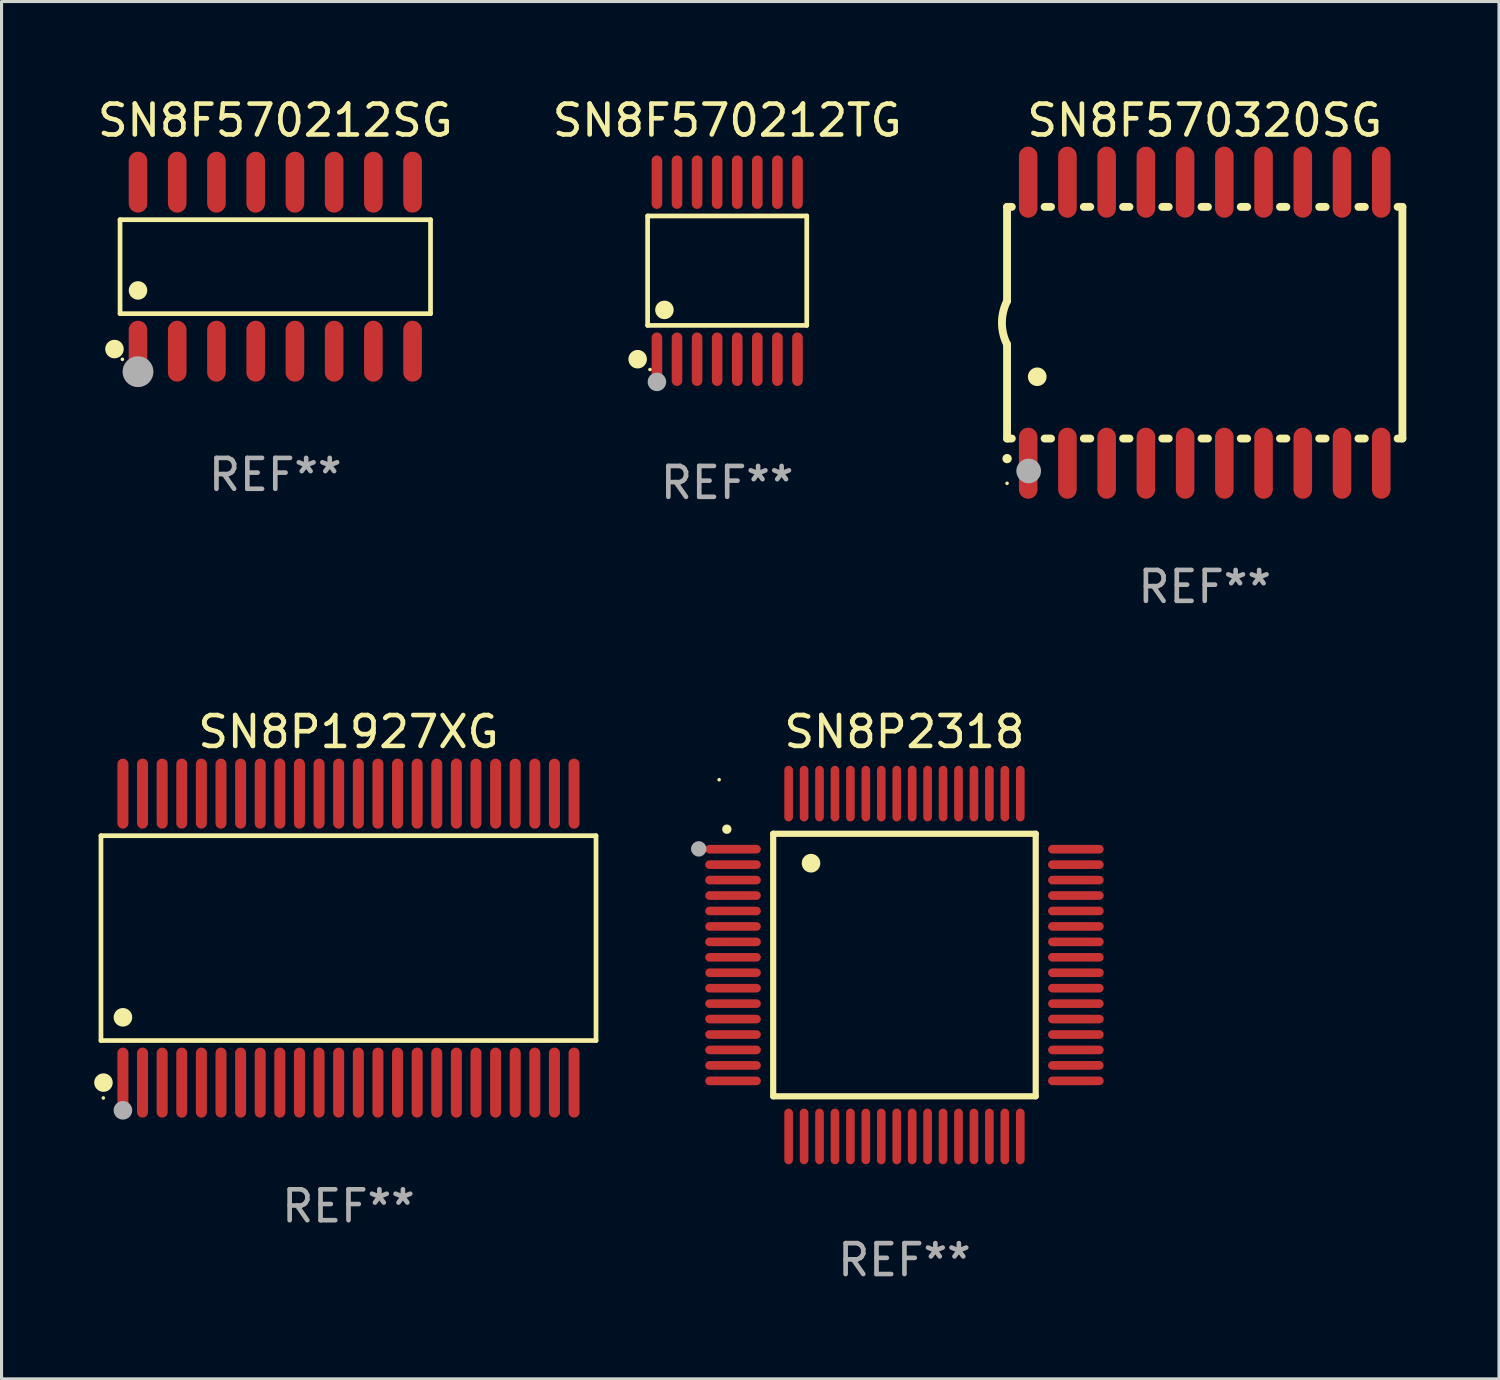
<source format=kicad_pcb>
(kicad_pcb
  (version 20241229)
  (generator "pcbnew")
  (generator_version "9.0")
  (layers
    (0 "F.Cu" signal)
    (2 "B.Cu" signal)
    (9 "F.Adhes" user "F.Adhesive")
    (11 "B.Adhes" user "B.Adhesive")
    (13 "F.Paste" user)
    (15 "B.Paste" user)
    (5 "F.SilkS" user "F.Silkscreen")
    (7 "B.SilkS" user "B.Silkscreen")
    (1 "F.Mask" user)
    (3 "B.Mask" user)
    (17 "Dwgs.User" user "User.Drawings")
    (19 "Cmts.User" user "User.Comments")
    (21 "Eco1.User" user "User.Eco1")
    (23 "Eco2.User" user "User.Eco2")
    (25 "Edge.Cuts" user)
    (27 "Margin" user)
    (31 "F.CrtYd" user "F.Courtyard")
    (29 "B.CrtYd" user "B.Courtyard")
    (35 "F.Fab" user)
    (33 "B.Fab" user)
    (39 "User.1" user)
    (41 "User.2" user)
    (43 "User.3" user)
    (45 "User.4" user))
  (footprint "SN8F570212TG"
    (layer "F.Cu")
    (at 20.494 5.714)
    (property "Reference" "SN8F570212TG" (at 0 -4.866 0) (layer "F.SilkS") (effects (font (size 1 1) (thickness 0.15))))
    (attr through_hole)
    (fp_line (start -2.576 -1.772) (end 2.576 -1.772) (stroke (width 0.152) (type solid)) (layer "F.SilkS"))
    (fp_line (start -2.576 1.771) (end -2.576 -1.772) (stroke (width 0.152) (type solid)) (layer "F.SilkS"))
    (fp_line (start 2.576 -1.772) (end 2.576 1.771) (stroke (width 0.152) (type solid)) (layer "F.SilkS"))
    (fp_line (start 2.576 1.771) (end -2.576 1.771) (stroke (width 0.152) (type solid)) (layer "F.SilkS"))
    (fp_circle (center -2.899 2.866) (end -2.749 2.866) (stroke (width 0.3) (type solid)) (fill no) (layer "F.SilkS"))
    (fp_circle (center -2.5 3.2) (end -2.47 3.2) (stroke (width 0.06) (type solid)) (fill no) (layer "F.SilkS"))
    (fp_circle (center -2.032 1.27) (end -1.882 1.27) (stroke (width 0.3) (type solid)) (fill no) (layer "F.SilkS"))
    (fp_circle (center -2.275 3.6) (end -2.125 3.6) (stroke (width 0.3) (type solid)) (fill no) (layer "F.Fab"))
    (fp_text user "REF**" (at 0 6.866 0) (layer "F.Fab") (effects (font (size 1 1) (thickness 0.15))))
    (pad "1" smd oval (at -2.275 2.866) (size 0.343 1.731) (layers "F.Cu" "F.Mask" "F.Paste"))
    (pad "2" smd oval (at -1.625 2.866) (size 0.343 1.731) (layers "F.Cu" "F.Mask" "F.Paste"))
    (pad "3" smd oval (at -0.975 2.866) (size 0.343 1.731) (layers "F.Cu" "F.Mask" "F.Paste"))
    (pad "4" smd oval (at -0.325 2.866) (size 0.343 1.731) (layers "F.Cu" "F.Mask" "F.Paste"))
    (pad "5" smd oval (at 0.325 2.866) (size 0.343 1.731) (layers "F.Cu" "F.Mask" "F.Paste"))
    (pad "6" smd oval (at 0.975 2.866) (size 0.343 1.731) (layers "F.Cu" "F.Mask" "F.Paste"))
    (pad "7" smd oval (at 1.625 2.866) (size 0.343 1.731) (layers "F.Cu" "F.Mask" "F.Paste"))
    (pad "8" smd oval (at 2.275 2.866) (size 0.343 1.731) (layers "F.Cu" "F.Mask" "F.Paste"))
    (pad "9" smd oval (at 2.275 -2.866) (size 0.343 1.731) (layers "F.Cu" "F.Mask" "F.Paste"))
    (pad "10" smd oval (at 1.625 -2.866) (size 0.343 1.731) (layers "F.Cu" "F.Mask" "F.Paste"))
    (pad "11" smd oval (at 0.975 -2.866) (size 0.343 1.731) (layers "F.Cu" "F.Mask" "F.Paste"))
    (pad "12" smd oval (at 0.325 -2.866) (size 0.343 1.731) (layers "F.Cu" "F.Mask" "F.Paste"))
    (pad "13" smd oval (at -0.325 -2.866) (size 0.343 1.731) (layers "F.Cu" "F.Mask" "F.Paste"))
    (pad "14" smd oval (at -0.975 -2.866) (size 0.343 1.731) (layers "F.Cu" "F.Mask" "F.Paste"))
    (pad "15" smd oval (at -1.625 -2.866) (size 0.343 1.731) (layers "F.Cu" "F.Mask" "F.Paste"))
    (pad "16" smd oval (at -2.275 -2.866) (size 0.343 1.731) (layers "F.Cu" "F.Mask" "F.Paste")))
  (footprint "SN8F570212SG"
    (layer "F.Cu")
    (at 5.863 5.584)
    (property "Reference" "SN8F570212SG" (at 0 -4.736 0) (layer "F.SilkS") (effects (font (size 1 1) (thickness 0.15))))
    (attr through_hole)
    (fp_line (start -5.026 -1.521) (end 5.026 -1.521) (stroke (width 0.152) (type solid)) (layer "F.SilkS"))
    (fp_line (start -5.026 1.521) (end -5.026 -1.521) (stroke (width 0.152) (type solid)) (layer "F.SilkS"))
    (fp_line (start 5.026 -1.521) (end 5.026 1.521) (stroke (width 0.152) (type solid)) (layer "F.SilkS"))
    (fp_line (start 5.026 1.521) (end -5.026 1.521) (stroke (width 0.152) (type solid)) (layer "F.SilkS"))
    (fp_circle (center -5.207 2.667) (end -5.057 2.667) (stroke (width 0.3) (type solid)) (fill no) (layer "F.SilkS"))
    (fp_circle (center -4.95 3) (end -4.92 3) (stroke (width 0.06) (type solid)) (fill no) (layer "F.SilkS"))
    (fp_circle (center -4.445 0.769) (end -4.295 0.769) (stroke (width 0.3) (type solid)) (fill no) (layer "F.SilkS"))
    (fp_circle (center -4.445 3.4) (end -4.195 3.4) (stroke (width 0.5) (type solid)) (fill no) (layer "F.Fab"))
    (fp_text user "REF**" (at 0 6.736 0) (layer "F.Fab") (effects (font (size 1 1) (thickness 0.15))))
    (pad "1" smd oval (at -4.445 2.736) (size 0.602 1.971) (layers "F.Cu" "F.Mask" "F.Paste"))
    (pad "2" smd oval (at -3.175 2.736) (size 0.602 1.971) (layers "F.Cu" "F.Mask" "F.Paste"))
    (pad "3" smd oval (at -1.905 2.736) (size 0.602 1.971) (layers "F.Cu" "F.Mask" "F.Paste"))
    (pad "4" smd oval (at -0.635 2.736) (size 0.602 1.971) (layers "F.Cu" "F.Mask" "F.Paste"))
    (pad "5" smd oval (at 0.635 2.736) (size 0.602 1.971) (layers "F.Cu" "F.Mask" "F.Paste"))
    (pad "6" smd oval (at 1.905 2.736) (size 0.602 1.971) (layers "F.Cu" "F.Mask" "F.Paste"))
    (pad "7" smd oval (at 3.175 2.736) (size 0.602 1.971) (layers "F.Cu" "F.Mask" "F.Paste"))
    (pad "8" smd oval (at 4.445 2.736) (size 0.602 1.971) (layers "F.Cu" "F.Mask" "F.Paste"))
    (pad "9" smd oval (at 4.445 -2.736) (size 0.602 1.971) (layers "F.Cu" "F.Mask" "F.Paste"))
    (pad "10" smd oval (at 3.175 -2.736) (size 0.602 1.971) (layers "F.Cu" "F.Mask" "F.Paste"))
    (pad "11" smd oval (at 1.905 -2.736) (size 0.602 1.971) (layers "F.Cu" "F.Mask" "F.Paste"))
    (pad "12" smd oval (at 0.635 -2.736) (size 0.602 1.971) (layers "F.Cu" "F.Mask" "F.Paste"))
    (pad "13" smd oval (at -0.635 -2.736) (size 0.602 1.971) (layers "F.Cu" "F.Mask" "F.Paste"))
    (pad "14" smd oval (at -1.905 -2.736) (size 0.602 1.971) (layers "F.Cu" "F.Mask" "F.Paste"))
    (pad "15" smd oval (at -3.175 -2.736) (size 0.602 1.971) (layers "F.Cu" "F.Mask" "F.Paste"))
    (pad "16" smd oval (at -4.445 -2.736) (size 0.602 1.971) (layers "F.Cu" "F.Mask" "F.Paste")))
  (footprint "SN8P2318"
    (layer "F.Cu")
    (at 26.233 28.194)
    (property "Reference" "SN8P2318" (at 0 -7.55 0) (layer "F.SilkS") (effects (font (size 1 1) (thickness 0.15))))
    (attr through_hole)
    (fp_line (start -4.25 -4.25) (end -4.25 4.25) (stroke (width 0.2) (type solid)) (layer "F.SilkS"))
    (fp_line (start -4.25 4.25) (end 4.25 4.25) (stroke (width 0.2) (type solid)) (layer "F.SilkS"))
    (fp_line (start 4.25 -4.25) (end -4.25 -4.25) (stroke (width 0.2) (type solid)) (layer "F.SilkS"))
    (fp_line (start 4.25 4.25) (end 4.25 -4.25) (stroke (width 0.2) (type solid)) (layer "F.SilkS"))
    (fp_arc (start -5.750572 -4.396749) (mid -5.750577 -4.398019) (end -5.750572 -4.399289) (stroke (width 0.3) (type solid)) (layer "F.SilkS"))
    (fp_arc (start -3.025146 -3.294387) (mid -3.025157 -3.296927) (end -3.025146 -3.299467) (stroke (width 0.6) (type solid)) (layer "F.SilkS"))
    (fp_circle (center -6 -6) (end -5.97 -6) (stroke (width 0.06) (type solid)) (fill no) (layer "F.SilkS"))
    (fp_circle (center -6.66 -3.76) (end -6.535 -3.76) (stroke (width 0.25) (type solid)) (fill no) (layer "F.Fab"))
    (fp_text user "REF**" (at 0 9.55 0) (layer "F.Fab") (effects (font (size 1 1) (thickness 0.15))))
    (pad "1" smd oval (at -5.55 -3.75) (size 1.8 0.28) (layers "F.Cu" "F.Mask" "F.Paste"))
    (pad "2" smd oval (at -5.55 -3.25) (size 1.8 0.28) (layers "F.Cu" "F.Mask" "F.Paste"))
    (pad "3" smd oval (at -5.55 -2.75) (size 1.8 0.28) (layers "F.Cu" "F.Mask" "F.Paste"))
    (pad "4" smd oval (at -5.55 -2.25) (size 1.8 0.28) (layers "F.Cu" "F.Mask" "F.Paste"))
    (pad "5" smd oval (at -5.55 -1.75) (size 1.8 0.28) (layers "F.Cu" "F.Mask" "F.Paste"))
    (pad "6" smd oval (at -5.55 -1.25) (size 1.8 0.28) (layers "F.Cu" "F.Mask" "F.Paste"))
    (pad "7" smd oval (at -5.55 -0.75) (size 1.8 0.28) (layers "F.Cu" "F.Mask" "F.Paste"))
    (pad "8" smd oval (at -5.55 -0.25) (size 1.8 0.28) (layers "F.Cu" "F.Mask" "F.Paste"))
    (pad "9" smd oval (at -5.55 0.25) (size 1.8 0.28) (layers "F.Cu" "F.Mask" "F.Paste"))
    (pad "10" smd oval (at -5.55 0.75) (size 1.8 0.28) (layers "F.Cu" "F.Mask" "F.Paste"))
    (pad "11" smd oval (at -5.55 1.25) (size 1.8 0.28) (layers "F.Cu" "F.Mask" "F.Paste"))
    (pad "12" smd oval (at -5.55 1.75) (size 1.8 0.28) (layers "F.Cu" "F.Mask" "F.Paste"))
    (pad "13" smd oval (at -5.55 2.25) (size 1.8 0.28) (layers "F.Cu" "F.Mask" "F.Paste"))
    (pad "14" smd oval (at -5.55 2.75) (size 1.8 0.28) (layers "F.Cu" "F.Mask" "F.Paste"))
    (pad "15" smd oval (at -5.55 3.25) (size 1.8 0.28) (layers "F.Cu" "F.Mask" "F.Paste"))
    (pad "16" smd oval (at -5.55 3.75) (size 1.8 0.28) (layers "F.Cu" "F.Mask" "F.Paste"))
    (pad "17" smd oval (at -3.75 5.55) (size 0.28 1.8) (layers "F.Cu" "F.Mask" "F.Paste"))
    (pad "18" smd oval (at -3.25 5.55) (size 0.28 1.8) (layers "F.Cu" "F.Mask" "F.Paste"))
    (pad "19" smd oval (at -2.75 5.55) (size 0.28 1.8) (layers "F.Cu" "F.Mask" "F.Paste"))
    (pad "20" smd oval (at -2.25 5.55) (size 0.28 1.8) (layers "F.Cu" "F.Mask" "F.Paste"))
    (pad "21" smd oval (at -1.75 5.55) (size 0.28 1.8) (layers "F.Cu" "F.Mask" "F.Paste"))
    (pad "22" smd oval (at -1.25 5.55) (size 0.28 1.8) (layers "F.Cu" "F.Mask" "F.Paste"))
    (pad "23" smd oval (at -0.75 5.55) (size 0.28 1.8) (layers "F.Cu" "F.Mask" "F.Paste"))
    (pad "24" smd oval (at -0.25 5.55) (size 0.28 1.8) (layers "F.Cu" "F.Mask" "F.Paste"))
    (pad "25" smd oval (at 0.25 5.55) (size 0.28 1.8) (layers "F.Cu" "F.Mask" "F.Paste"))
    (pad "26" smd oval (at 0.75 5.55) (size 0.28 1.8) (layers "F.Cu" "F.Mask" "F.Paste"))
    (pad "27" smd oval (at 1.25 5.55) (size 0.28 1.8) (layers "F.Cu" "F.Mask" "F.Paste"))
    (pad "28" smd oval (at 1.75 5.55) (size 0.28 1.8) (layers "F.Cu" "F.Mask" "F.Paste"))
    (pad "29" smd oval (at 2.25 5.55) (size 0.28 1.8) (layers "F.Cu" "F.Mask" "F.Paste"))
    (pad "30" smd oval (at 2.75 5.55) (size 0.28 1.8) (layers "F.Cu" "F.Mask" "F.Paste"))
    (pad "31" smd oval (at 3.25 5.55) (size 0.28 1.8) (layers "F.Cu" "F.Mask" "F.Paste"))
    (pad "32" smd oval (at 3.75 5.55) (size 0.28 1.8) (layers "F.Cu" "F.Mask" "F.Paste"))
    (pad "33" smd oval (at 5.55 3.75) (size 1.8 0.28) (layers "F.Cu" "F.Mask" "F.Paste"))
    (pad "34" smd oval (at 5.55 3.25) (size 1.8 0.28) (layers "F.Cu" "F.Mask" "F.Paste"))
    (pad "35" smd oval (at 5.55 2.75) (size 1.8 0.28) (layers "F.Cu" "F.Mask" "F.Paste"))
    (pad "36" smd oval (at 5.55 2.25) (size 1.8 0.28) (layers "F.Cu" "F.Mask" "F.Paste"))
    (pad "37" smd oval (at 5.55 1.75) (size 1.8 0.28) (layers "F.Cu" "F.Mask" "F.Paste"))
    (pad "38" smd oval (at 5.55 1.25) (size 1.8 0.28) (layers "F.Cu" "F.Mask" "F.Paste"))
    (pad "39" smd oval (at 5.55 0.75) (size 1.8 0.28) (layers "F.Cu" "F.Mask" "F.Paste"))
    (pad "40" smd oval (at 5.55 0.25) (size 1.8 0.28) (layers "F.Cu" "F.Mask" "F.Paste"))
    (pad "41" smd oval (at 5.55 -0.25) (size 1.8 0.28) (layers "F.Cu" "F.Mask" "F.Paste"))
    (pad "42" smd oval (at 5.55 -0.75) (size 1.8 0.28) (layers "F.Cu" "F.Mask" "F.Paste"))
    (pad "43" smd oval (at 5.55 -1.25) (size 1.8 0.28) (layers "F.Cu" "F.Mask" "F.Paste"))
    (pad "44" smd oval (at 5.55 -1.75) (size 1.8 0.28) (layers "F.Cu" "F.Mask" "F.Paste"))
    (pad "45" smd oval (at 5.55 -2.25) (size 1.8 0.28) (layers "F.Cu" "F.Mask" "F.Paste"))
    (pad "46" smd oval (at 5.55 -2.75) (size 1.8 0.28) (layers "F.Cu" "F.Mask" "F.Paste"))
    (pad "47" smd oval (at 5.55 -3.25) (size 1.8 0.28) (layers "F.Cu" "F.Mask" "F.Paste"))
    (pad "48" smd oval (at 5.55 -3.75) (size 1.8 0.28) (layers "F.Cu" "F.Mask" "F.Paste"))
    (pad "49" smd oval (at 3.75 -5.55) (size 0.28 1.8) (layers "F.Cu" "F.Mask" "F.Paste"))
    (pad "50" smd oval (at 3.25 -5.55) (size 0.28 1.8) (layers "F.Cu" "F.Mask" "F.Paste"))
    (pad "51" smd oval (at 2.75 -5.55) (size 0.28 1.8) (layers "F.Cu" "F.Mask" "F.Paste"))
    (pad "52" smd oval (at 2.25 -5.55) (size 0.28 1.8) (layers "F.Cu" "F.Mask" "F.Paste"))
    (pad "53" smd oval (at 1.75 -5.55) (size 0.28 1.8) (layers "F.Cu" "F.Mask" "F.Paste"))
    (pad "54" smd oval (at 1.25 -5.55) (size 0.28 1.8) (layers "F.Cu" "F.Mask" "F.Paste"))
    (pad "55" smd oval (at 0.75 -5.55) (size 0.28 1.8) (layers "F.Cu" "F.Mask" "F.Paste"))
    (pad "56" smd oval (at 0.25 -5.55) (size 0.28 1.8) (layers "F.Cu" "F.Mask" "F.Paste"))
    (pad "57" smd oval (at -0.25 -5.55) (size 0.28 1.8) (layers "F.Cu" "F.Mask" "F.Paste"))
    (pad "58" smd oval (at -0.75 -5.55) (size 0.28 1.8) (layers "F.Cu" "F.Mask" "F.Paste"))
    (pad "59" smd oval (at -1.25 -5.55) (size 0.28 1.8) (layers "F.Cu" "F.Mask" "F.Paste"))
    (pad "60" smd oval (at -1.75 -5.55) (size 0.28 1.8) (layers "F.Cu" "F.Mask" "F.Paste"))
    (pad "61" smd oval (at -2.25 -5.55) (size 0.28 1.8) (layers "F.Cu" "F.Mask" "F.Paste"))
    (pad "62" smd oval (at -2.75 -5.55) (size 0.28 1.8) (layers "F.Cu" "F.Mask" "F.Paste"))
    (pad "63" smd oval (at -3.25 -5.55) (size 0.28 1.8) (layers "F.Cu" "F.Mask" "F.Paste"))
    (pad "64" smd oval (at -3.75 -5.55) (size 0.28 1.8) (layers "F.Cu" "F.Mask" "F.Paste")))
  (footprint "SN8F570320SG"
    (layer "F.Cu")
    (at 35.955 7.398)
    (property "Reference" "SN8F570320SG" (at 0 -6.55 0) (layer "F.SilkS") (effects (font (size 1 1) (thickness 0.15))))
    (attr through_hole)
    (fp_line (start -6.4 -3.75) (end -6.4 -0.7) (stroke (width 0.254) (type solid)) (layer "F.SilkS"))
    (fp_line (start -6.4 -3.75) (end -6.246 -3.75) (stroke (width 0.254) (type solid)) (layer "F.SilkS"))
    (fp_line (start -6.4 3.75) (end -6.4 0.7) (stroke (width 0.254) (type solid)) (layer "F.SilkS"))
    (fp_line (start -6.246 3.75) (end -6.4 3.75) (stroke (width 0.254) (type solid)) (layer "F.SilkS"))
    (fp_line (start -5.184 -3.75) (end -4.976 -3.75) (stroke (width 0.254) (type solid)) (layer "F.SilkS"))
    (fp_line (start -4.976 3.75) (end -5.184 3.75) (stroke (width 0.254) (type solid)) (layer "F.SilkS"))
    (fp_line (start -3.914 -3.75) (end -3.706 -3.75) (stroke (width 0.254) (type solid)) (layer "F.SilkS"))
    (fp_line (start -3.706 3.75) (end -3.914 3.75) (stroke (width 0.254) (type solid)) (layer "F.SilkS"))
    (fp_line (start -2.644 -3.75) (end -2.436 -3.75) (stroke (width 0.254) (type solid)) (layer "F.SilkS"))
    (fp_line (start -2.436 3.75) (end -2.644 3.75) (stroke (width 0.254) (type solid)) (layer "F.SilkS"))
    (fp_line (start -1.374 -3.75) (end -1.166 -3.75) (stroke (width 0.254) (type solid)) (layer "F.SilkS"))
    (fp_line (start -1.166 3.75) (end -1.374 3.75) (stroke (width 0.254) (type solid)) (layer "F.SilkS"))
    (fp_line (start -0.104 -3.75) (end 0.104 -3.75) (stroke (width 0.254) (type solid)) (layer "F.SilkS"))
    (fp_line (start 0.104 3.75) (end -0.104 3.75) (stroke (width 0.254) (type solid)) (layer "F.SilkS"))
    (fp_line (start 1.166 -3.75) (end 1.374 -3.75) (stroke (width 0.254) (type solid)) (layer "F.SilkS"))
    (fp_line (start 1.374 3.75) (end 1.166 3.75) (stroke (width 0.254) (type solid)) (layer "F.SilkS"))
    (fp_line (start 2.436 -3.75) (end 2.644 -3.75) (stroke (width 0.254) (type solid)) (layer "F.SilkS"))
    (fp_line (start 2.644 3.75) (end 2.436 3.75) (stroke (width 0.254) (type solid)) (layer "F.SilkS"))
    (fp_line (start 3.706 -3.75) (end 3.914 -3.75) (stroke (width 0.254) (type solid)) (layer "F.SilkS"))
    (fp_line (start 3.914 3.75) (end 3.706 3.75) (stroke (width 0.254) (type solid)) (layer "F.SilkS"))
    (fp_line (start 4.976 -3.75) (end 5.184 -3.75) (stroke (width 0.254) (type solid)) (layer "F.SilkS"))
    (fp_line (start 5.184 3.75) (end 4.976 3.75) (stroke (width 0.254) (type solid)) (layer "F.SilkS"))
    (fp_line (start 6.246 -3.75) (end 6.4 -3.75) (stroke (width 0.254) (type solid)) (layer "F.SilkS"))
    (fp_line (start 6.4 -3.75) (end 6.4 3.75) (stroke (width 0.254) (type solid)) (layer "F.SilkS"))
    (fp_line (start 6.4 3.75) (end 6.246 3.75) (stroke (width 0.254) (type solid)) (layer "F.SilkS"))
    (fp_arc (start -6.400812 0.701041) (mid -6.565912 0.000428) (end -6.400025 -0.7) (stroke (width 0.254001) (type solid)) (layer "F.SilkS"))
    (fp_arc (start -6.400025 4.4) (mid -6.398755 4.399995) (end -6.397485 4.4) (stroke (width 0.3) (type solid)) (layer "F.SilkS"))
    (fp_arc (start -5.425451 1.750064) (mid -5.422911 1.750053) (end -5.420371 1.750064) (stroke (width 0.6) (type solid)) (layer "F.SilkS"))
    (fp_circle (center -6.4 5.2) (end -6.37 5.2) (stroke (width 0.06) (type solid)) (fill no) (layer "F.SilkS"))
    (fp_circle (center -5.7 4.8) (end -5.5 4.8) (stroke (width 0.4) (type solid)) (fill no) (layer "F.Fab"))
    (fp_text user "REF**" (at 0 8.55 0) (layer "F.Fab") (effects (font (size 1 1) (thickness 0.15))))
    (pad "1" smd oval (at -5.715 4.55 180) (size 0.6 2.3) (layers "F.Cu" "F.Mask" "F.Paste"))
    (pad "2" smd oval (at -4.445 4.55 180) (size 0.6 2.3) (layers "F.Cu" "F.Mask" "F.Paste"))
    (pad "3" smd oval (at -3.175 4.55 180) (size 0.6 2.3) (layers "F.Cu" "F.Mask" "F.Paste"))
    (pad "4" smd oval (at -1.905 4.55 180) (size 0.6 2.3) (layers "F.Cu" "F.Mask" "F.Paste"))
    (pad "5" smd oval (at -0.635 4.55 180) (size 0.6 2.3) (layers "F.Cu" "F.Mask" "F.Paste"))
    (pad "6" smd oval (at 0.635 4.55 180) (size 0.6 2.3) (layers "F.Cu" "F.Mask" "F.Paste"))
    (pad "7" smd oval (at 1.905 4.55 180) (size 0.6 2.3) (layers "F.Cu" "F.Mask" "F.Paste"))
    (pad "8" smd oval (at 3.175 4.55 180) (size 0.6 2.3) (layers "F.Cu" "F.Mask" "F.Paste"))
    (pad "9" smd oval (at 4.445 4.55 180) (size 0.6 2.3) (layers "F.Cu" "F.Mask" "F.Paste"))
    (pad "10" smd oval (at 5.715 4.55 180) (size 0.6 2.3) (layers "F.Cu" "F.Mask" "F.Paste"))
    (pad "11" smd oval (at 5.715 -4.55 180) (size 0.6 2.3) (layers "F.Cu" "F.Mask" "F.Paste"))
    (pad "12" smd oval (at 4.445 -4.55 180) (size 0.6 2.3) (layers "F.Cu" "F.Mask" "F.Paste"))
    (pad "13" smd oval (at 3.175 -4.55 180) (size 0.6 2.3) (layers "F.Cu" "F.Mask" "F.Paste"))
    (pad "14" smd oval (at 1.905 -4.55 180) (size 0.6 2.3) (layers "F.Cu" "F.Mask" "F.Paste"))
    (pad "15" smd oval (at 0.635 -4.55 180) (size 0.6 2.3) (layers "F.Cu" "F.Mask" "F.Paste"))
    (pad "16" smd oval (at -0.635 -4.55 180) (size 0.6 2.3) (layers "F.Cu" "F.Mask" "F.Paste"))
    (pad "17" smd oval (at -1.905 -4.55 180) (size 0.6 2.3) (layers "F.Cu" "F.Mask" "F.Paste"))
    (pad "18" smd oval (at -3.175 -4.55 180) (size 0.6 2.3) (layers "F.Cu" "F.Mask" "F.Paste"))
    (pad "19" smd oval (at -4.445 -4.55 180) (size 0.6 2.3) (layers "F.Cu" "F.Mask" "F.Paste"))
    (pad "20" smd oval (at -5.715 -4.55 180) (size 0.6 2.3) (layers "F.Cu" "F.Mask" "F.Paste")))
  (footprint "SN8P1927XG"
    (layer "F.Cu")
    (at 8.233 27.323)
    (property "Reference" "SN8P1927XG" (at 0 -6.678 0) (layer "F.SilkS") (effects (font (size 1 1) (thickness 0.15))))
    (attr through_hole)
    (fp_line (start -8.014 -3.316) (end 8.014 -3.316) (stroke (width 0.152) (type solid)) (layer "F.SilkS"))
    (fp_line (start -8.014 3.316) (end -8.014 -3.316) (stroke (width 0.152) (type solid)) (layer "F.SilkS"))
    (fp_line (start 8.014 -3.316) (end 8.014 3.316) (stroke (width 0.152) (type solid)) (layer "F.SilkS"))
    (fp_line (start 8.014 3.316) (end -8.014 3.316) (stroke (width 0.152) (type solid)) (layer "F.SilkS"))
    (fp_circle (center -7.938 5.175) (end -7.908 5.175) (stroke (width 0.06) (type solid)) (fill no) (layer "F.SilkS"))
    (fp_circle (center -7.933 4.678) (end -7.783 4.678) (stroke (width 0.3) (type solid)) (fill no) (layer "F.SilkS"))
    (fp_circle (center -7.303 2.564) (end -7.152 2.564) (stroke (width 0.3) (type solid)) (fill no) (layer "F.SilkS"))
    (fp_circle (center -7.303 5.575) (end -7.152 5.575) (stroke (width 0.3) (type solid)) (fill no) (layer "F.Fab"))
    (fp_text user "REF**" (at 0 8.678 0) (layer "F.Fab") (effects (font (size 1 1) (thickness 0.15))))
    (pad "1" smd oval (at -7.303 4.678) (size 0.356 2.267) (layers "F.Cu" "F.Mask" "F.Paste"))
    (pad "2" smd oval (at -6.668 4.678) (size 0.356 2.267) (layers "F.Cu" "F.Mask" "F.Paste"))
    (pad "3" smd oval (at -6.033 4.678) (size 0.356 2.267) (layers "F.Cu" "F.Mask" "F.Paste"))
    (pad "4" smd oval (at -5.398 4.678) (size 0.356 2.267) (layers "F.Cu" "F.Mask" "F.Paste"))
    (pad "5" smd oval (at -4.763 4.678) (size 0.356 2.267) (layers "F.Cu" "F.Mask" "F.Paste"))
    (pad "6" smd oval (at -4.128 4.678) (size 0.356 2.267) (layers "F.Cu" "F.Mask" "F.Paste"))
    (pad "7" smd oval (at -3.493 4.678) (size 0.356 2.267) (layers "F.Cu" "F.Mask" "F.Paste"))
    (pad "8" smd oval (at -2.858 4.678) (size 0.356 2.267) (layers "F.Cu" "F.Mask" "F.Paste"))
    (pad "9" smd oval (at -2.223 4.678) (size 0.356 2.267) (layers "F.Cu" "F.Mask" "F.Paste"))
    (pad "10" smd oval (at -1.588 4.678) (size 0.356 2.267) (layers "F.Cu" "F.Mask" "F.Paste"))
    (pad "11" smd oval (at -0.953 4.678) (size 0.356 2.267) (layers "F.Cu" "F.Mask" "F.Paste"))
    (pad "12" smd oval (at -0.318 4.678) (size 0.356 2.267) (layers "F.Cu" "F.Mask" "F.Paste"))
    (pad "13" smd oval (at 0.318 4.678) (size 0.356 2.267) (layers "F.Cu" "F.Mask" "F.Paste"))
    (pad "14" smd oval (at 0.953 4.678) (size 0.356 2.267) (layers "F.Cu" "F.Mask" "F.Paste"))
    (pad "15" smd oval (at 1.588 4.678) (size 0.356 2.267) (layers "F.Cu" "F.Mask" "F.Paste"))
    (pad "16" smd oval (at 2.223 4.678) (size 0.356 2.267) (layers "F.Cu" "F.Mask" "F.Paste"))
    (pad "17" smd oval (at 2.858 4.678) (size 0.356 2.267) (layers "F.Cu" "F.Mask" "F.Paste"))
    (pad "18" smd oval (at 3.493 4.678) (size 0.356 2.267) (layers "F.Cu" "F.Mask" "F.Paste"))
    (pad "19" smd oval (at 4.128 4.678) (size 0.356 2.267) (layers "F.Cu" "F.Mask" "F.Paste"))
    (pad "20" smd oval (at 4.763 4.678) (size 0.356 2.267) (layers "F.Cu" "F.Mask" "F.Paste"))
    (pad "21" smd oval (at 5.398 4.678) (size 0.356 2.267) (layers "F.Cu" "F.Mask" "F.Paste"))
    (pad "22" smd oval (at 6.033 4.678) (size 0.356 2.267) (layers "F.Cu" "F.Mask" "F.Paste"))
    (pad "23" smd oval (at 6.668 4.678) (size 0.356 2.267) (layers "F.Cu" "F.Mask" "F.Paste"))
    (pad "24" smd oval (at 7.303 4.678) (size 0.356 2.267) (layers "F.Cu" "F.Mask" "F.Paste"))
    (pad "25" smd oval (at 7.303 -4.678) (size 0.356 2.267) (layers "F.Cu" "F.Mask" "F.Paste"))
    (pad "26" smd oval (at 6.668 -4.678) (size 0.356 2.267) (layers "F.Cu" "F.Mask" "F.Paste"))
    (pad "27" smd oval (at 6.033 -4.678) (size 0.356 2.267) (layers "F.Cu" "F.Mask" "F.Paste"))
    (pad "28" smd oval (at 5.398 -4.678) (size 0.356 2.267) (layers "F.Cu" "F.Mask" "F.Paste"))
    (pad "29" smd oval (at 4.763 -4.678) (size 0.356 2.267) (layers "F.Cu" "F.Mask" "F.Paste"))
    (pad "30" smd oval (at 4.128 -4.678) (size 0.356 2.267) (layers "F.Cu" "F.Mask" "F.Paste"))
    (pad "31" smd oval (at 3.493 -4.678) (size 0.356 2.267) (layers "F.Cu" "F.Mask" "F.Paste"))
    (pad "32" smd oval (at 2.858 -4.678) (size 0.356 2.267) (layers "F.Cu" "F.Mask" "F.Paste"))
    (pad "33" smd oval (at 2.223 -4.678) (size 0.356 2.267) (layers "F.Cu" "F.Mask" "F.Paste"))
    (pad "34" smd oval (at 1.588 -4.678) (size 0.356 2.267) (layers "F.Cu" "F.Mask" "F.Paste"))
    (pad "35" smd oval (at 0.953 -4.678) (size 0.356 2.267) (layers "F.Cu" "F.Mask" "F.Paste"))
    (pad "36" smd oval (at 0.318 -4.678) (size 0.356 2.267) (layers "F.Cu" "F.Mask" "F.Paste"))
    (pad "37" smd oval (at -0.318 -4.678) (size 0.356 2.267) (layers "F.Cu" "F.Mask" "F.Paste"))
    (pad "38" smd oval (at -0.953 -4.678) (size 0.356 2.267) (layers "F.Cu" "F.Mask" "F.Paste"))
    (pad "39" smd oval (at -1.588 -4.678) (size 0.356 2.267) (layers "F.Cu" "F.Mask" "F.Paste"))
    (pad "40" smd oval (at -2.223 -4.678) (size 0.356 2.267) (layers "F.Cu" "F.Mask" "F.Paste"))
    (pad "41" smd oval (at -2.858 -4.678) (size 0.356 2.267) (layers "F.Cu" "F.Mask" "F.Paste"))
    (pad "42" smd oval (at -3.493 -4.678) (size 0.356 2.267) (layers "F.Cu" "F.Mask" "F.Paste"))
    (pad "43" smd oval (at -4.128 -4.678) (size 0.356 2.267) (layers "F.Cu" "F.Mask" "F.Paste"))
    (pad "44" smd oval (at -4.763 -4.678) (size 0.356 2.267) (layers "F.Cu" "F.Mask" "F.Paste"))
    (pad "45" smd oval (at -5.398 -4.678) (size 0.356 2.267) (layers "F.Cu" "F.Mask" "F.Paste"))
    (pad "46" smd oval (at -6.033 -4.678) (size 0.356 2.267) (layers "F.Cu" "F.Mask" "F.Paste"))
    (pad "47" smd oval (at -6.668 -4.678) (size 0.356 2.267) (layers "F.Cu" "F.Mask" "F.Paste"))
    (pad "48" smd oval (at -7.303 -4.678) (size 0.356 2.267) (layers "F.Cu" "F.Mask" "F.Paste")))
  (gr_rect
    (start -3 -3)
    (end 45.482 41.593)
    (stroke (width 0.1) (type default))
    (fill no)
    (layer "Edge.Cuts")))
</source>
